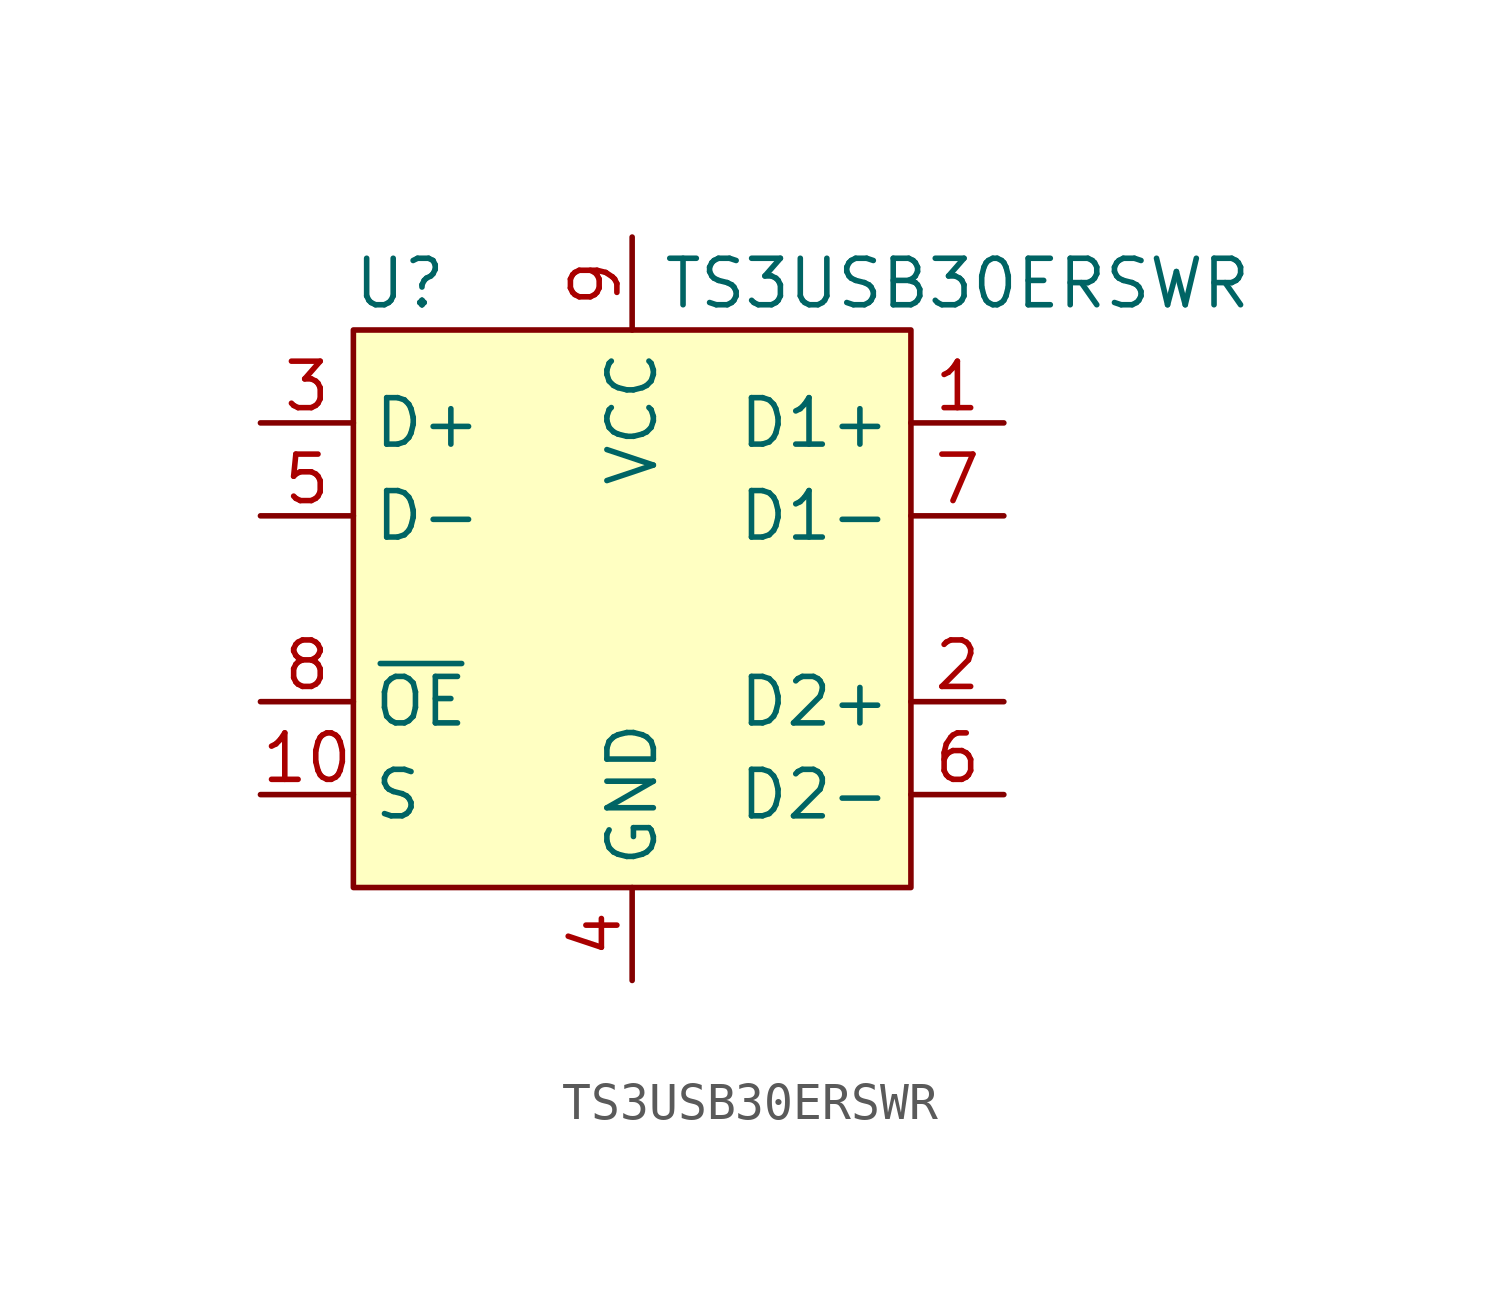
<source format=kicad_sym>
(kicad_symbol_lib
  (version 20231120)
  (generator "kicad_symbol_editor")
  (generator_version "8.0")
  (symbol "TS3USB30ERSWR"
    (property "Reference" "U"
      (at -6.35 8.89 0)
      (effects (font (size 1.27 1.27))))
    (property "Value" "TS3USB30ERSWR"
      (at 8.89 8.89 0)
      (effects (font (size 1.27 1.27))))
    (symbol "TS3USB30ERSWR_1_1"
      (rectangle (start -7.62 7.62) (end 7.62 -7.62) (stroke (width 0) (type default)) (fill (type background)))
      (pin bidirectional line (at 10.16 5.08 180) (length 2.54) (name "D1+" (effects (font (size 1.27 1.27)))) (number "1" (effects (font (size 1.27 1.27)))))
      (pin input line (at -10.16 -5.08 0) (length 2.54) (name "S" (effects (font (size 1.27 1.27)))) (number "10" (effects (font (size 1.27 1.27)))))
      (pin bidirectional line (at 10.16 -2.54 180) (length 2.54) (name "D2+" (effects (font (size 1.27 1.27)))) (number "2" (effects (font (size 1.27 1.27)))))
      (pin bidirectional line (at -10.16 5.08 0) (length 2.54) (name "D+" (effects (font (size 1.27 1.27)))) (number "3" (effects (font (size 1.27 1.27)))))
      (pin power_in line (at 0 -10.16 90) (length 2.54) (name "GND" (effects (font (size 1.27 1.27)))) (number "4" (effects (font (size 1.27 1.27)))))
      (pin bidirectional line (at -10.16 2.54 0) (length 2.54) (name "D-" (effects (font (size 1.27 1.27)))) (number "5" (effects (font (size 1.27 1.27)))))
      (pin bidirectional line (at 10.16 -5.08 180) (length 2.54) (name "D2-" (effects (font (size 1.27 1.27)))) (number "6" (effects (font (size 1.27 1.27)))))
      (pin bidirectional line (at 10.16 2.54 180) (length 2.54) (name "D1-" (effects (font (size 1.27 1.27)))) (number "7" (effects (font (size 1.27 1.27)))))
      (pin input line (at -10.16 -2.54 0) (length 2.54) (name "~{OE}" (effects (font (size 1.27 1.27)))) (number "8" (effects (font (size 1.27 1.27)))))
      (pin power_in line (at 0 10.16 270) (length 2.54) (name "VCC" (effects (font (size 1.27 1.27)))) (number "9" (effects (font (size 1.27 1.27))))))))
</source>
